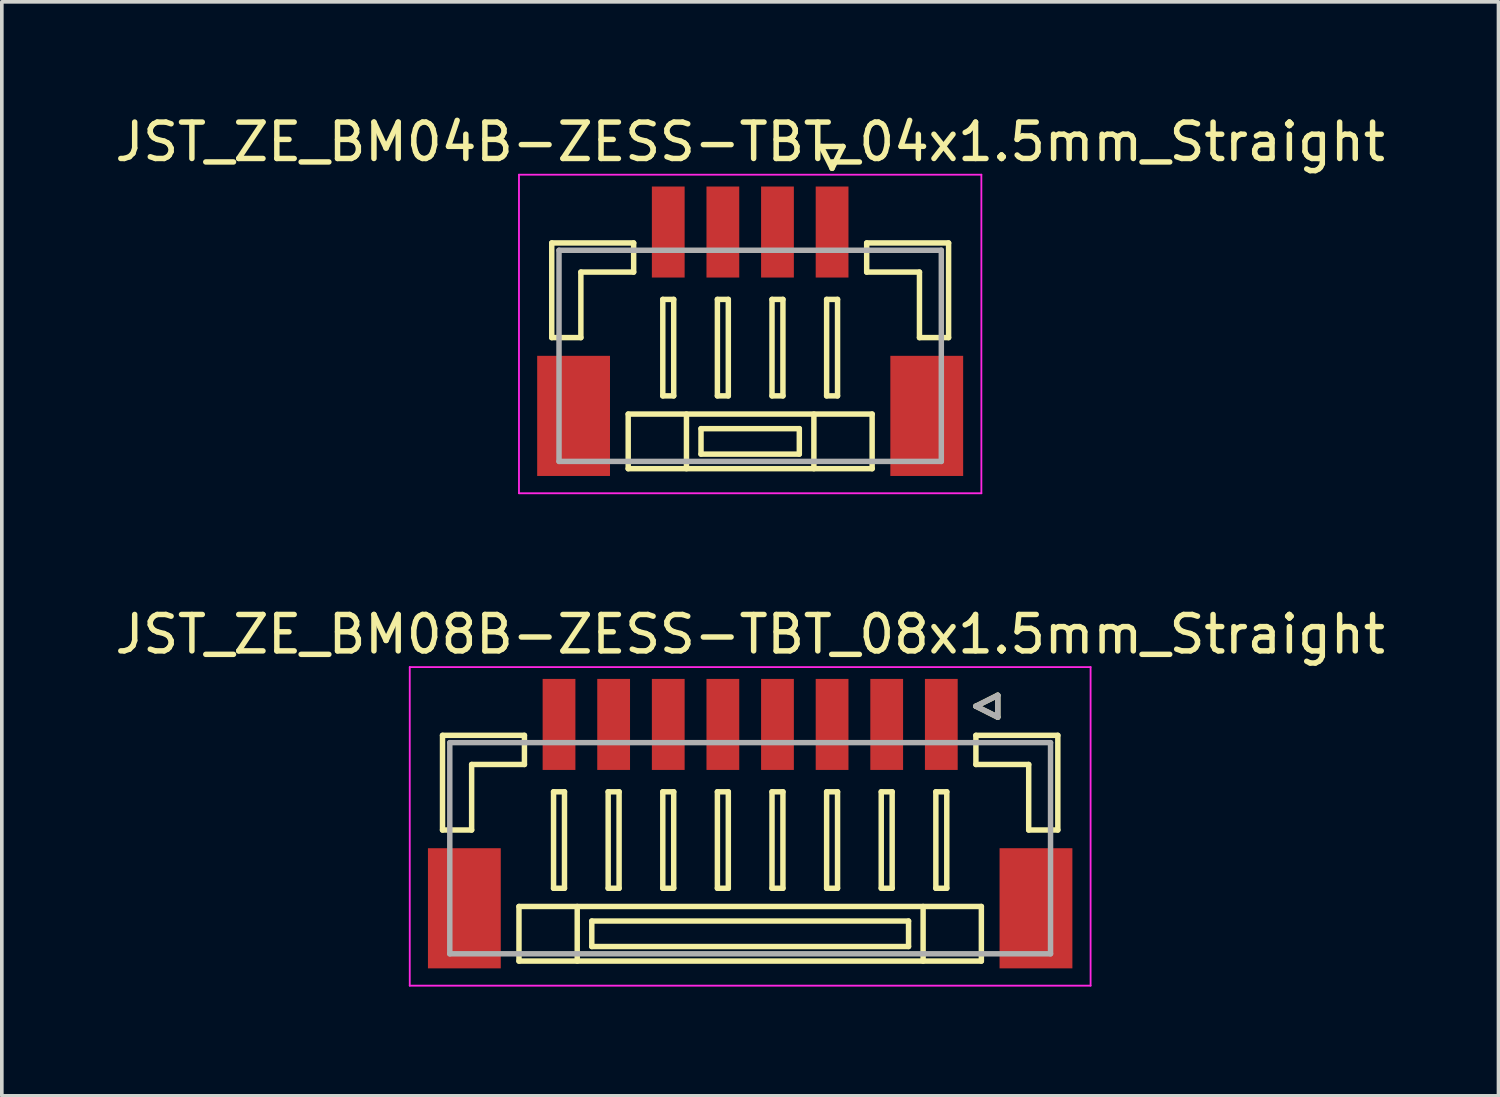
<source format=kicad_pcb>
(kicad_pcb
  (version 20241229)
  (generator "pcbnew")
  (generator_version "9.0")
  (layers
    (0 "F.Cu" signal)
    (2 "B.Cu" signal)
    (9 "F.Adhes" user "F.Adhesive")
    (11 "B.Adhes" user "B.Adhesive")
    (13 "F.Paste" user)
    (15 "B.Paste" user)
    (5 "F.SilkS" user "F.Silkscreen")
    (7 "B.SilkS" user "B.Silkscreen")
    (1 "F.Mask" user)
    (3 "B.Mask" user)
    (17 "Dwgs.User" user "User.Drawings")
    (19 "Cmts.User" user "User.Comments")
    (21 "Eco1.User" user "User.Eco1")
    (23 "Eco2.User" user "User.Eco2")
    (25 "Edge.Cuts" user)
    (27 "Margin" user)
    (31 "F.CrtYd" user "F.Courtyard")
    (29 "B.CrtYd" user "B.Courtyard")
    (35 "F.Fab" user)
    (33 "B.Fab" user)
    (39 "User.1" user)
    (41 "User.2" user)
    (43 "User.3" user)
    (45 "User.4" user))
  (footprint "JST_ZE_BM04B-ZESS-TBT_04x1.5mm_Straight"
    (layer "F.Cu")
    (at 17.554 5.848)
    (property "Reference" "JST_ZE_BM04B-ZESS-TBT_04x1.5mm_Straight" (at 0 -5 0) (layer "F.SilkS") (effects (font (size 1 1) (thickness 0.15))))
    (attr smd)
    (fp_line (start -5.45 -2.225) (end -5.45 0.375) (stroke (width 0.15) (type solid)) (layer "F.SilkS"))
    (fp_line (start -5.45 0.375) (end -4.65 0.375) (stroke (width 0.15) (type solid)) (layer "F.SilkS"))
    (fp_line (start -4.65 -1.425) (end -3.2 -1.425) (stroke (width 0.15) (type solid)) (layer "F.SilkS"))
    (fp_line (start -4.65 0.375) (end -4.65 -1.425) (stroke (width 0.15) (type solid)) (layer "F.SilkS"))
    (fp_line (start -3.35 2.475) (end -3.35 3.975) (stroke (width 0.15) (type solid)) (layer "F.SilkS"))
    (fp_line (start -3.35 3.975) (end 3.35 3.975) (stroke (width 0.15) (type solid)) (layer "F.SilkS"))
    (fp_line (start -3.2 -2.225) (end -5.45 -2.225) (stroke (width 0.15) (type solid)) (layer "F.SilkS"))
    (fp_line (start -3.2 -1.425) (end -3.2 -2.225) (stroke (width 0.15) (type solid)) (layer "F.SilkS"))
    (fp_line (start -2.4 -0.675) (end -2.4 1.975) (stroke (width 0.15) (type solid)) (layer "F.SilkS"))
    (fp_line (start -2.4 1.975) (end -2.1 1.975) (stroke (width 0.15) (type solid)) (layer "F.SilkS"))
    (fp_line (start -2.1 -0.675) (end -2.4 -0.675) (stroke (width 0.15) (type solid)) (layer "F.SilkS"))
    (fp_line (start -2.1 1.975) (end -2.1 -0.675) (stroke (width 0.15) (type solid)) (layer "F.SilkS"))
    (fp_line (start -1.75 2.475) (end -1.75 3.975) (stroke (width 0.15) (type solid)) (layer "F.SilkS"))
    (fp_line (start -1.35 2.875) (end -1.35 3.575) (stroke (width 0.15) (type solid)) (layer "F.SilkS"))
    (fp_line (start -1.35 3.575) (end 1.35 3.575) (stroke (width 0.15) (type solid)) (layer "F.SilkS"))
    (fp_line (start -0.9 -0.675) (end -0.9 1.975) (stroke (width 0.15) (type solid)) (layer "F.SilkS"))
    (fp_line (start -0.9 1.975) (end -0.6 1.975) (stroke (width 0.15) (type solid)) (layer "F.SilkS"))
    (fp_line (start -0.6 -0.675) (end -0.9 -0.675) (stroke (width 0.15) (type solid)) (layer "F.SilkS"))
    (fp_line (start -0.6 1.975) (end -0.6 -0.675) (stroke (width 0.15) (type solid)) (layer "F.SilkS"))
    (fp_line (start 0.6 -0.675) (end 0.6 1.975) (stroke (width 0.15) (type solid)) (layer "F.SilkS"))
    (fp_line (start 0.6 1.975) (end 0.9 1.975) (stroke (width 0.15) (type solid)) (layer "F.SilkS"))
    (fp_line (start 0.9 -0.675) (end 0.6 -0.675) (stroke (width 0.15) (type solid)) (layer "F.SilkS"))
    (fp_line (start 0.9 1.975) (end 0.9 -0.675) (stroke (width 0.15) (type solid)) (layer "F.SilkS"))
    (fp_line (start 1.35 2.875) (end -1.35 2.875) (stroke (width 0.15) (type solid)) (layer "F.SilkS"))
    (fp_line (start 1.35 3.575) (end 1.35 2.875) (stroke (width 0.15) (type solid)) (layer "F.SilkS"))
    (fp_line (start 1.75 2.475) (end 1.75 3.975) (stroke (width 0.15) (type solid)) (layer "F.SilkS"))
    (fp_line (start 1.95 -4.875) (end 2.25 -4.275) (stroke (width 0.15) (type solid)) (layer "F.SilkS"))
    (fp_line (start 2.1 -0.675) (end 2.1 1.975) (stroke (width 0.15) (type solid)) (layer "F.SilkS"))
    (fp_line (start 2.1 1.975) (end 2.4 1.975) (stroke (width 0.15) (type solid)) (layer "F.SilkS"))
    (fp_line (start 2.25 -4.275) (end 2.55 -4.875) (stroke (width 0.15) (type solid)) (layer "F.SilkS"))
    (fp_line (start 2.4 -0.675) (end 2.1 -0.675) (stroke (width 0.15) (type solid)) (layer "F.SilkS"))
    (fp_line (start 2.4 1.975) (end 2.4 -0.675) (stroke (width 0.15) (type solid)) (layer "F.SilkS"))
    (fp_line (start 2.55 -4.875) (end 1.95 -4.875) (stroke (width 0.15) (type solid)) (layer "F.SilkS"))
    (fp_line (start 3.2 -2.225) (end 5.45 -2.225) (stroke (width 0.15) (type solid)) (layer "F.SilkS"))
    (fp_line (start 3.2 -1.425) (end 3.2 -2.225) (stroke (width 0.15) (type solid)) (layer "F.SilkS"))
    (fp_line (start 3.35 2.475) (end -3.35 2.475) (stroke (width 0.15) (type solid)) (layer "F.SilkS"))
    (fp_line (start 3.35 3.975) (end 3.35 2.475) (stroke (width 0.15) (type solid)) (layer "F.SilkS"))
    (fp_line (start 4.65 -1.425) (end 3.2 -1.425) (stroke (width 0.15) (type solid)) (layer "F.SilkS"))
    (fp_line (start 4.65 0.375) (end 4.65 -1.425) (stroke (width 0.15) (type solid)) (layer "F.SilkS"))
    (fp_line (start 5.45 -2.225) (end 5.45 0.375) (stroke (width 0.15) (type solid)) (layer "F.SilkS"))
    (fp_line (start 5.45 0.375) (end 4.65 0.375) (stroke (width 0.15) (type solid)) (layer "F.SilkS"))
    (fp_line (start -6.35 -4.1) (end -6.35 4.65) (stroke (width 0.05) (type solid)) (layer "F.CrtYd"))
    (fp_line (start -6.35 4.65) (end 6.35 4.65) (stroke (width 0.05) (type solid)) (layer "F.CrtYd"))
    (fp_line (start 6.35 -4.1) (end -6.35 -4.1) (stroke (width 0.05) (type solid)) (layer "F.CrtYd"))
    (fp_line (start 6.35 4.65) (end 6.35 -4.1) (stroke (width 0.05) (type solid)) (layer "F.CrtYd"))
    (fp_line (start -5.25 -2.025) (end -5.25 3.775) (stroke (width 0.15) (type solid)) (layer "F.Fab"))
    (fp_line (start -5.25 3.775) (end 5.25 3.775) (stroke (width 0.15) (type solid)) (layer "F.Fab"))
    (fp_line (start 5.25 -2.025) (end -5.25 -2.025) (stroke (width 0.15) (type solid)) (layer "F.Fab"))
    (fp_line (start 5.25 3.775) (end 5.25 -2.025) (stroke (width 0.15) (type solid)) (layer "F.Fab"))
    (pad "" smd rect (at -4.85 2.525) (size 2 3.3) (layers "F.Cu" "F.Mask" "F.Paste"))
    (pad "" smd rect (at 4.85 2.525) (size 2 3.3) (layers "F.Cu" "F.Mask" "F.Paste"))
    (pad "1" smd rect (at 2.25 -2.525) (size 0.9 2.5) (layers "F.Cu" "F.Mask" "F.Paste"))
    (pad "2" smd rect (at 0.75 -2.525) (size 0.9 2.5) (layers "F.Cu" "F.Mask" "F.Paste"))
    (pad "3" smd rect (at -0.75 -2.525) (size 0.9 2.5) (layers "F.Cu" "F.Mask" "F.Paste"))
    (pad "4" smd rect (at -2.25 -2.525) (size 0.9 2.5) (layers "F.Cu" "F.Mask" "F.Paste")))
  (footprint "JST_ZE_BM08B-ZESS-TBT_08x1.5mm_Straight"
    (layer "F.Cu")
    (at 17.554 19.372)
    (property "Reference" "JST_ZE_BM08B-ZESS-TBT_08x1.5mm_Straight" (at 0 -5 0) (layer "F.SilkS") (effects (font (size 1 1) (thickness 0.15))))
    (attr smd)
    (fp_line (start -8.45 -2.225) (end -8.45 0.375) (stroke (width 0.15) (type solid)) (layer "F.SilkS"))
    (fp_line (start -8.45 0.375) (end -7.65 0.375) (stroke (width 0.15) (type solid)) (layer "F.SilkS"))
    (fp_line (start -7.65 -1.425) (end -6.2 -1.425) (stroke (width 0.15) (type solid)) (layer "F.SilkS"))
    (fp_line (start -7.65 0.375) (end -7.65 -1.425) (stroke (width 0.15) (type solid)) (layer "F.SilkS"))
    (fp_line (start -6.35 2.475) (end -6.35 3.975) (stroke (width 0.15) (type solid)) (layer "F.SilkS"))
    (fp_line (start -6.35 3.975) (end 6.35 3.975) (stroke (width 0.15) (type solid)) (layer "F.SilkS"))
    (fp_line (start -6.2 -2.225) (end -8.45 -2.225) (stroke (width 0.15) (type solid)) (layer "F.SilkS"))
    (fp_line (start -6.2 -1.425) (end -6.2 -2.225) (stroke (width 0.15) (type solid)) (layer "F.SilkS"))
    (fp_line (start -5.4 -0.675) (end -5.4 1.975) (stroke (width 0.15) (type solid)) (layer "F.SilkS"))
    (fp_line (start -5.4 1.975) (end -5.1 1.975) (stroke (width 0.15) (type solid)) (layer "F.SilkS"))
    (fp_line (start -5.1 -0.675) (end -5.4 -0.675) (stroke (width 0.15) (type solid)) (layer "F.SilkS"))
    (fp_line (start -5.1 1.975) (end -5.1 -0.675) (stroke (width 0.15) (type solid)) (layer "F.SilkS"))
    (fp_line (start -4.75 2.475) (end -4.75 3.975) (stroke (width 0.15) (type solid)) (layer "F.SilkS"))
    (fp_line (start -4.35 2.875) (end -4.35 3.575) (stroke (width 0.15) (type solid)) (layer "F.SilkS"))
    (fp_line (start -4.35 3.575) (end 4.35 3.575) (stroke (width 0.15) (type solid)) (layer "F.SilkS"))
    (fp_line (start -3.9 -0.675) (end -3.9 1.975) (stroke (width 0.15) (type solid)) (layer "F.SilkS"))
    (fp_line (start -3.9 1.975) (end -3.6 1.975) (stroke (width 0.15) (type solid)) (layer "F.SilkS"))
    (fp_line (start -3.6 -0.675) (end -3.9 -0.675) (stroke (width 0.15) (type solid)) (layer "F.SilkS"))
    (fp_line (start -3.6 1.975) (end -3.6 -0.675) (stroke (width 0.15) (type solid)) (layer "F.SilkS"))
    (fp_line (start -2.4 -0.675) (end -2.4 1.975) (stroke (width 0.15) (type solid)) (layer "F.SilkS"))
    (fp_line (start -2.4 1.975) (end -2.1 1.975) (stroke (width 0.15) (type solid)) (layer "F.SilkS"))
    (fp_line (start -2.1 -0.675) (end -2.4 -0.675) (stroke (width 0.15) (type solid)) (layer "F.SilkS"))
    (fp_line (start -2.1 1.975) (end -2.1 -0.675) (stroke (width 0.15) (type solid)) (layer "F.SilkS"))
    (fp_line (start -0.9 -0.675) (end -0.9 1.975) (stroke (width 0.15) (type solid)) (layer "F.SilkS"))
    (fp_line (start -0.9 1.975) (end -0.6 1.975) (stroke (width 0.15) (type solid)) (layer "F.SilkS"))
    (fp_line (start -0.6 -0.675) (end -0.9 -0.675) (stroke (width 0.15) (type solid)) (layer "F.SilkS"))
    (fp_line (start -0.6 1.975) (end -0.6 -0.675) (stroke (width 0.15) (type solid)) (layer "F.SilkS"))
    (fp_line (start 0.6 -0.675) (end 0.6 1.975) (stroke (width 0.15) (type solid)) (layer "F.SilkS"))
    (fp_line (start 0.6 1.975) (end 0.9 1.975) (stroke (width 0.15) (type solid)) (layer "F.SilkS"))
    (fp_line (start 0.9 -0.675) (end 0.6 -0.675) (stroke (width 0.15) (type solid)) (layer "F.SilkS"))
    (fp_line (start 0.9 1.975) (end 0.9 -0.675) (stroke (width 0.15) (type solid)) (layer "F.SilkS"))
    (fp_line (start 2.1 -0.675) (end 2.1 1.975) (stroke (width 0.15) (type solid)) (layer "F.SilkS"))
    (fp_line (start 2.1 1.975) (end 2.4 1.975) (stroke (width 0.15) (type solid)) (layer "F.SilkS"))
    (fp_line (start 2.4 -0.675) (end 2.1 -0.675) (stroke (width 0.15) (type solid)) (layer "F.SilkS"))
    (fp_line (start 2.4 1.975) (end 2.4 -0.675) (stroke (width 0.15) (type solid)) (layer "F.SilkS"))
    (fp_line (start 3.6 -0.675) (end 3.6 1.975) (stroke (width 0.15) (type solid)) (layer "F.SilkS"))
    (fp_line (start 3.6 1.975) (end 3.9 1.975) (stroke (width 0.15) (type solid)) (layer "F.SilkS"))
    (fp_line (start 3.9 -0.675) (end 3.6 -0.675) (stroke (width 0.15) (type solid)) (layer "F.SilkS"))
    (fp_line (start 3.9 1.975) (end 3.9 -0.675) (stroke (width 0.15) (type solid)) (layer "F.SilkS"))
    (fp_line (start 4.35 2.875) (end -4.35 2.875) (stroke (width 0.15) (type solid)) (layer "F.SilkS"))
    (fp_line (start 4.35 3.575) (end 4.35 2.875) (stroke (width 0.15) (type solid)) (layer "F.SilkS"))
    (fp_line (start 4.75 2.475) (end 4.75 3.975) (stroke (width 0.15) (type solid)) (layer "F.SilkS"))
    (fp_line (start 5.1 -0.675) (end 5.1 1.975) (stroke (width 0.15) (type solid)) (layer "F.SilkS"))
    (fp_line (start 5.1 1.975) (end 5.4 1.975) (stroke (width 0.15) (type solid)) (layer "F.SilkS"))
    (fp_line (start 5.4 -0.675) (end 5.1 -0.675) (stroke (width 0.15) (type solid)) (layer "F.SilkS"))
    (fp_line (start 5.4 1.975) (end 5.4 -0.675) (stroke (width 0.15) (type solid)) (layer "F.SilkS"))
    (fp_line (start 6.2 -3.025) (end 6.8 -3.325) (stroke (width 0.15) (type solid)) (layer "F.SilkS"))
    (fp_line (start 6.2 -2.225) (end 8.45 -2.225) (stroke (width 0.15) (type solid)) (layer "F.SilkS"))
    (fp_line (start 6.2 -1.425) (end 6.2 -2.225) (stroke (width 0.15) (type solid)) (layer "F.SilkS"))
    (fp_line (start 6.35 2.475) (end -6.35 2.475) (stroke (width 0.15) (type solid)) (layer "F.SilkS"))
    (fp_line (start 6.35 3.975) (end 6.35 2.475) (stroke (width 0.15) (type solid)) (layer "F.SilkS"))
    (fp_line (start 6.8 -3.325) (end 6.8 -2.725) (stroke (width 0.15) (type solid)) (layer "F.SilkS"))
    (fp_line (start 6.8 -2.725) (end 6.2 -3.025) (stroke (width 0.15) (type solid)) (layer "F.SilkS"))
    (fp_line (start 7.65 -1.425) (end 6.2 -1.425) (stroke (width 0.15) (type solid)) (layer "F.SilkS"))
    (fp_line (start 7.65 0.375) (end 7.65 -1.425) (stroke (width 0.15) (type solid)) (layer "F.SilkS"))
    (fp_line (start 8.45 -2.225) (end 8.45 0.375) (stroke (width 0.15) (type solid)) (layer "F.SilkS"))
    (fp_line (start 8.45 0.375) (end 7.65 0.375) (stroke (width 0.15) (type solid)) (layer "F.SilkS"))
    (fp_line (start -9.35 -4.1) (end -9.35 4.65) (stroke (width 0.05) (type solid)) (layer "F.CrtYd"))
    (fp_line (start -9.35 4.65) (end 9.35 4.65) (stroke (width 0.05) (type solid)) (layer "F.CrtYd"))
    (fp_line (start 9.35 -4.1) (end -9.35 -4.1) (stroke (width 0.05) (type solid)) (layer "F.CrtYd"))
    (fp_line (start 9.35 4.65) (end 9.35 -4.1) (stroke (width 0.05) (type solid)) (layer "F.CrtYd"))
    (fp_line (start -8.25 -2.025) (end -8.25 3.775) (stroke (width 0.15) (type solid)) (layer "F.Fab"))
    (fp_line (start -8.25 3.775) (end 8.25 3.775) (stroke (width 0.15) (type solid)) (layer "F.Fab"))
    (fp_line (start 6.2 -3.025) (end 6.8 -3.325) (stroke (width 0.15) (type solid)) (layer "F.Fab"))
    (fp_line (start 6.8 -3.325) (end 6.8 -2.725) (stroke (width 0.15) (type solid)) (layer "F.Fab"))
    (fp_line (start 6.8 -2.725) (end 6.2 -3.025) (stroke (width 0.15) (type solid)) (layer "F.Fab"))
    (fp_line (start 8.25 -2.025) (end -8.25 -2.025) (stroke (width 0.15) (type solid)) (layer "F.Fab"))
    (fp_line (start 8.25 3.775) (end 8.25 -2.025) (stroke (width 0.15) (type solid)) (layer "F.Fab"))
    (pad "" smd rect (at -7.85 2.525) (size 2 3.3) (layers "F.Cu" "F.Mask" "F.Paste"))
    (pad "" smd rect (at 7.85 2.525) (size 2 3.3) (layers "F.Cu" "F.Mask" "F.Paste"))
    (pad "1" smd rect (at 5.25 -2.525) (size 0.9 2.5) (layers "F.Cu" "F.Mask" "F.Paste"))
    (pad "2" smd rect (at 3.75 -2.525) (size 0.9 2.5) (layers "F.Cu" "F.Mask" "F.Paste"))
    (pad "3" smd rect (at 2.25 -2.525) (size 0.9 2.5) (layers "F.Cu" "F.Mask" "F.Paste"))
    (pad "4" smd rect (at 0.75 -2.525) (size 0.9 2.5) (layers "F.Cu" "F.Mask" "F.Paste"))
    (pad "5" smd rect (at -0.75 -2.525) (size 0.9 2.5) (layers "F.Cu" "F.Mask" "F.Paste"))
    (pad "6" smd rect (at -2.25 -2.525) (size 0.9 2.5) (layers "F.Cu" "F.Mask" "F.Paste"))
    (pad "7" smd rect (at -3.75 -2.525) (size 0.9 2.5) (layers "F.Cu" "F.Mask" "F.Paste"))
    (pad "8" smd rect (at -5.25 -2.525) (size 0.9 2.5) (layers "F.Cu" "F.Mask" "F.Paste")))
  (gr_rect
    (start -3 -3)
    (end 38.107 27.047)
    (stroke (width 0.1) (type default))
    (fill no)
    (layer "Edge.Cuts")))
</source>
